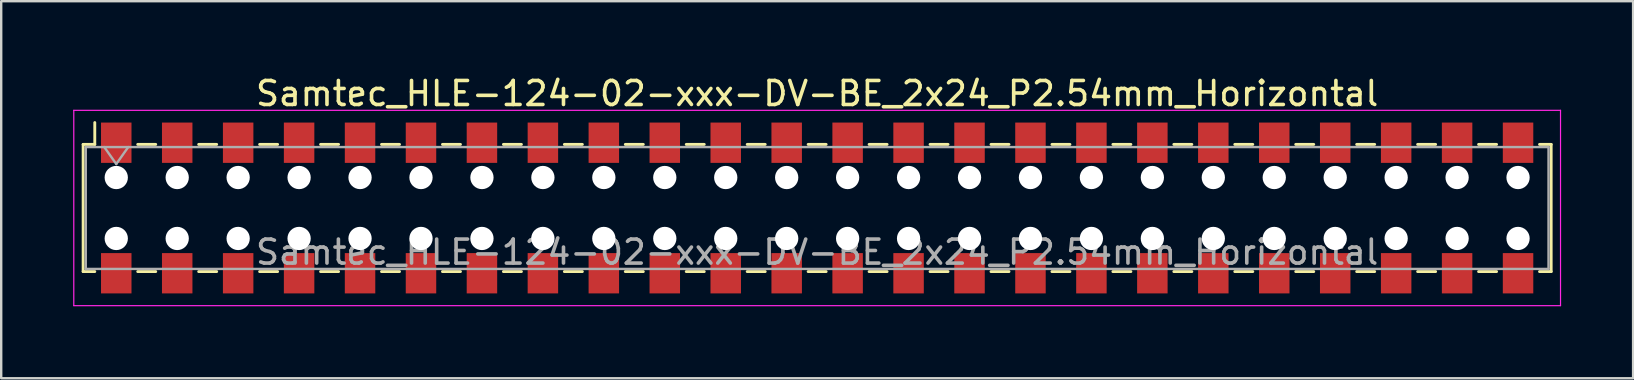
<source format=kicad_pcb>
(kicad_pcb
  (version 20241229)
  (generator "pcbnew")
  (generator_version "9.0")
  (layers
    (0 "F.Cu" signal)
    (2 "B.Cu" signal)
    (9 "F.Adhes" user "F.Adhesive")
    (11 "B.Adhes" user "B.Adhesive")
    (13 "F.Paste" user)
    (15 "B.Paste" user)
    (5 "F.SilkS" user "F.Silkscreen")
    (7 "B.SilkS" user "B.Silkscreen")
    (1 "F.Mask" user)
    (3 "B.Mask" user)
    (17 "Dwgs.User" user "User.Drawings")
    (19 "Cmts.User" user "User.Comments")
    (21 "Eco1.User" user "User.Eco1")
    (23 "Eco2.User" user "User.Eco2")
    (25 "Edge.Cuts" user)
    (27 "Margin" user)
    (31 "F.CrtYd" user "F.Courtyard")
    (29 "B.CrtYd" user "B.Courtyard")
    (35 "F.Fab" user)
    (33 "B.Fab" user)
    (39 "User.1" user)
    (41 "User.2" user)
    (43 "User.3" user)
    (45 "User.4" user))
  (footprint "Samtec_HLE-124-02-xxx-DV-BE_2x24_P2.54mm_Horizontal"
    (layer "F.Cu")
    (at 31.005 5.618)
    (property "Reference" "Samtec_HLE-124-02-xxx-DV-BE_2x24_P2.54mm_Horizontal" (at 0 -4.77 0) (layer "F.SilkS") (effects (font (size 1 1) (thickness 0.15))))
    (attr smd)
    (fp_line (start -30.59 -2.65) (end -30.59 2.65) (stroke (width 0.12) (type solid)) (layer "F.SilkS"))
    (fp_line (start -30.59 2.65) (end -30.105 2.65) (stroke (width 0.12) (type solid)) (layer "F.SilkS"))
    (fp_line (start -30.105 -3.56) (end -30.105 -2.65) (stroke (width 0.12) (type solid)) (layer "F.SilkS"))
    (fp_line (start -30.105 -2.65) (end -30.59 -2.65) (stroke (width 0.12) (type solid)) (layer "F.SilkS"))
    (fp_line (start -28.315 -2.65) (end -27.565 -2.65) (stroke (width 0.12) (type solid)) (layer "F.SilkS"))
    (fp_line (start -28.315 2.65) (end -27.565 2.65) (stroke (width 0.12) (type solid)) (layer "F.SilkS"))
    (fp_line (start -25.775 -2.65) (end -25.025 -2.65) (stroke (width 0.12) (type solid)) (layer "F.SilkS"))
    (fp_line (start -25.775 2.65) (end -25.025 2.65) (stroke (width 0.12) (type solid)) (layer "F.SilkS"))
    (fp_line (start -23.235 -2.65) (end -22.485 -2.65) (stroke (width 0.12) (type solid)) (layer "F.SilkS"))
    (fp_line (start -23.235 2.65) (end -22.485 2.65) (stroke (width 0.12) (type solid)) (layer "F.SilkS"))
    (fp_line (start -20.695 -2.65) (end -19.945 -2.65) (stroke (width 0.12) (type solid)) (layer "F.SilkS"))
    (fp_line (start -20.695 2.65) (end -19.945 2.65) (stroke (width 0.12) (type solid)) (layer "F.SilkS"))
    (fp_line (start -18.155 -2.65) (end -17.405 -2.65) (stroke (width 0.12) (type solid)) (layer "F.SilkS"))
    (fp_line (start -18.155 2.65) (end -17.405 2.65) (stroke (width 0.12) (type solid)) (layer "F.SilkS"))
    (fp_line (start -15.615 -2.65) (end -14.865 -2.65) (stroke (width 0.12) (type solid)) (layer "F.SilkS"))
    (fp_line (start -15.615 2.65) (end -14.865 2.65) (stroke (width 0.12) (type solid)) (layer "F.SilkS"))
    (fp_line (start -13.075 -2.65) (end -12.325 -2.65) (stroke (width 0.12) (type solid)) (layer "F.SilkS"))
    (fp_line (start -13.075 2.65) (end -12.325 2.65) (stroke (width 0.12) (type solid)) (layer "F.SilkS"))
    (fp_line (start -10.535 -2.65) (end -9.785 -2.65) (stroke (width 0.12) (type solid)) (layer "F.SilkS"))
    (fp_line (start -10.535 2.65) (end -9.785 2.65) (stroke (width 0.12) (type solid)) (layer "F.SilkS"))
    (fp_line (start -7.995 -2.65) (end -7.245 -2.65) (stroke (width 0.12) (type solid)) (layer "F.SilkS"))
    (fp_line (start -7.995 2.65) (end -7.245 2.65) (stroke (width 0.12) (type solid)) (layer "F.SilkS"))
    (fp_line (start -5.455 -2.65) (end -4.705 -2.65) (stroke (width 0.12) (type solid)) (layer "F.SilkS"))
    (fp_line (start -5.455 2.65) (end -4.705 2.65) (stroke (width 0.12) (type solid)) (layer "F.SilkS"))
    (fp_line (start -2.915 -2.65) (end -2.165 -2.65) (stroke (width 0.12) (type solid)) (layer "F.SilkS"))
    (fp_line (start -2.915 2.65) (end -2.165 2.65) (stroke (width 0.12) (type solid)) (layer "F.SilkS"))
    (fp_line (start -0.375 -2.65) (end 0.375 -2.65) (stroke (width 0.12) (type solid)) (layer "F.SilkS"))
    (fp_line (start -0.375 2.65) (end 0.375 2.65) (stroke (width 0.12) (type solid)) (layer "F.SilkS"))
    (fp_line (start 2.165 -2.65) (end 2.915 -2.65) (stroke (width 0.12) (type solid)) (layer "F.SilkS"))
    (fp_line (start 2.165 2.65) (end 2.915 2.65) (stroke (width 0.12) (type solid)) (layer "F.SilkS"))
    (fp_line (start 4.705 -2.65) (end 5.455 -2.65) (stroke (width 0.12) (type solid)) (layer "F.SilkS"))
    (fp_line (start 4.705 2.65) (end 5.455 2.65) (stroke (width 0.12) (type solid)) (layer "F.SilkS"))
    (fp_line (start 7.245 -2.65) (end 7.995 -2.65) (stroke (width 0.12) (type solid)) (layer "F.SilkS"))
    (fp_line (start 7.245 2.65) (end 7.995 2.65) (stroke (width 0.12) (type solid)) (layer "F.SilkS"))
    (fp_line (start 9.785 -2.65) (end 10.535 -2.65) (stroke (width 0.12) (type solid)) (layer "F.SilkS"))
    (fp_line (start 9.785 2.65) (end 10.535 2.65) (stroke (width 0.12) (type solid)) (layer "F.SilkS"))
    (fp_line (start 12.325 -2.65) (end 13.075 -2.65) (stroke (width 0.12) (type solid)) (layer "F.SilkS"))
    (fp_line (start 12.325 2.65) (end 13.075 2.65) (stroke (width 0.12) (type solid)) (layer "F.SilkS"))
    (fp_line (start 14.865 -2.65) (end 15.615 -2.65) (stroke (width 0.12) (type solid)) (layer "F.SilkS"))
    (fp_line (start 14.865 2.65) (end 15.615 2.65) (stroke (width 0.12) (type solid)) (layer "F.SilkS"))
    (fp_line (start 17.405 -2.65) (end 18.155 -2.65) (stroke (width 0.12) (type solid)) (layer "F.SilkS"))
    (fp_line (start 17.405 2.65) (end 18.155 2.65) (stroke (width 0.12) (type solid)) (layer "F.SilkS"))
    (fp_line (start 19.945 -2.65) (end 20.695 -2.65) (stroke (width 0.12) (type solid)) (layer "F.SilkS"))
    (fp_line (start 19.945 2.65) (end 20.695 2.65) (stroke (width 0.12) (type solid)) (layer "F.SilkS"))
    (fp_line (start 22.485 -2.65) (end 23.235 -2.65) (stroke (width 0.12) (type solid)) (layer "F.SilkS"))
    (fp_line (start 22.485 2.65) (end 23.235 2.65) (stroke (width 0.12) (type solid)) (layer "F.SilkS"))
    (fp_line (start 25.025 -2.65) (end 25.775 -2.65) (stroke (width 0.12) (type solid)) (layer "F.SilkS"))
    (fp_line (start 25.025 2.65) (end 25.775 2.65) (stroke (width 0.12) (type solid)) (layer "F.SilkS"))
    (fp_line (start 27.565 -2.65) (end 28.315 -2.65) (stroke (width 0.12) (type solid)) (layer "F.SilkS"))
    (fp_line (start 27.565 2.65) (end 28.315 2.65) (stroke (width 0.12) (type solid)) (layer "F.SilkS"))
    (fp_line (start 30.105 -2.65) (end 30.59 -2.65) (stroke (width 0.12) (type solid)) (layer "F.SilkS"))
    (fp_line (start 30.59 -2.65) (end 30.59 2.65) (stroke (width 0.12) (type solid)) (layer "F.SilkS"))
    (fp_line (start 30.59 2.65) (end 30.105 2.65) (stroke (width 0.12) (type solid)) (layer "F.SilkS"))
    (fp_line (start -30.98 -4.07) (end 30.98 -4.07) (stroke (width 0.05) (type solid)) (layer "F.CrtYd"))
    (fp_line (start -30.98 4.07) (end -30.98 -4.07) (stroke (width 0.05) (type solid)) (layer "F.CrtYd"))
    (fp_line (start 30.98 -4.07) (end 30.98 4.07) (stroke (width 0.05) (type solid)) (layer "F.CrtYd"))
    (fp_line (start 30.98 4.07) (end -30.98 4.07) (stroke (width 0.05) (type solid)) (layer "F.CrtYd"))
    (fp_line (start -30.48 -2.54) (end 30.48 -2.54) (stroke (width 0.1) (type solid)) (layer "F.Fab"))
    (fp_line (start -30.48 2.54) (end -30.48 -2.54) (stroke (width 0.1) (type solid)) (layer "F.Fab"))
    (fp_line (start -29.71 -2.54) (end -29.21 -1.833) (stroke (width 0.1) (type solid)) (layer "F.Fab"))
    (fp_line (start -29.21 -1.833) (end -28.71 -2.54) (stroke (width 0.1) (type solid)) (layer "F.Fab"))
    (fp_line (start 30.48 -2.54) (end 30.48 2.54) (stroke (width 0.1) (type solid)) (layer "F.Fab"))
    (fp_line (start 30.48 2.54) (end -30.48 2.54) (stroke (width 0.1) (type solid)) (layer "F.Fab"))
    (fp_text user "${REFERENCE}" (at 0 1.84 0) (layer "F.Fab") (effects (font (size 1 1) (thickness 0.15))))
    (pad "" np_thru_hole circle (at -29.21 -1.27) (size 0.97 0.97) (drill 0.97) (layers "*.Cu" "*.Mask"))
    (pad "" np_thru_hole circle (at -29.21 1.27) (size 0.97 0.97) (drill 0.97) (layers "*.Cu" "*.Mask"))
    (pad "" np_thru_hole circle (at -26.67 -1.27) (size 0.97 0.97) (drill 0.97) (layers "*.Cu" "*.Mask"))
    (pad "" np_thru_hole circle (at -26.67 1.27) (size 0.97 0.97) (drill 0.97) (layers "*.Cu" "*.Mask"))
    (pad "" np_thru_hole circle (at -24.13 -1.27) (size 0.97 0.97) (drill 0.97) (layers "*.Cu" "*.Mask"))
    (pad "" np_thru_hole circle (at -24.13 1.27) (size 0.97 0.97) (drill 0.97) (layers "*.Cu" "*.Mask"))
    (pad "" np_thru_hole circle (at -21.59 -1.27) (size 0.97 0.97) (drill 0.97) (layers "*.Cu" "*.Mask"))
    (pad "" np_thru_hole circle (at -21.59 1.27) (size 0.97 0.97) (drill 0.97) (layers "*.Cu" "*.Mask"))
    (pad "" np_thru_hole circle (at -19.05 -1.27) (size 0.97 0.97) (drill 0.97) (layers "*.Cu" "*.Mask"))
    (pad "" np_thru_hole circle (at -19.05 1.27) (size 0.97 0.97) (drill 0.97) (layers "*.Cu" "*.Mask"))
    (pad "" np_thru_hole circle (at -16.51 -1.27) (size 0.97 0.97) (drill 0.97) (layers "*.Cu" "*.Mask"))
    (pad "" np_thru_hole circle (at -16.51 1.27) (size 0.97 0.97) (drill 0.97) (layers "*.Cu" "*.Mask"))
    (pad "" np_thru_hole circle (at -13.97 -1.27) (size 0.97 0.97) (drill 0.97) (layers "*.Cu" "*.Mask"))
    (pad "" np_thru_hole circle (at -13.97 1.27) (size 0.97 0.97) (drill 0.97) (layers "*.Cu" "*.Mask"))
    (pad "" np_thru_hole circle (at -11.43 -1.27) (size 0.97 0.97) (drill 0.97) (layers "*.Cu" "*.Mask"))
    (pad "" np_thru_hole circle (at -11.43 1.27) (size 0.97 0.97) (drill 0.97) (layers "*.Cu" "*.Mask"))
    (pad "" np_thru_hole circle (at -8.89 -1.27) (size 0.97 0.97) (drill 0.97) (layers "*.Cu" "*.Mask"))
    (pad "" np_thru_hole circle (at -8.89 1.27) (size 0.97 0.97) (drill 0.97) (layers "*.Cu" "*.Mask"))
    (pad "" np_thru_hole circle (at -6.35 -1.27) (size 0.97 0.97) (drill 0.97) (layers "*.Cu" "*.Mask"))
    (pad "" np_thru_hole circle (at -6.35 1.27) (size 0.97 0.97) (drill 0.97) (layers "*.Cu" "*.Mask"))
    (pad "" np_thru_hole circle (at -3.81 -1.27) (size 0.97 0.97) (drill 0.97) (layers "*.Cu" "*.Mask"))
    (pad "" np_thru_hole circle (at -3.81 1.27) (size 0.97 0.97) (drill 0.97) (layers "*.Cu" "*.Mask"))
    (pad "" np_thru_hole circle (at -1.27 -1.27) (size 0.97 0.97) (drill 0.97) (layers "*.Cu" "*.Mask"))
    (pad "" np_thru_hole circle (at -1.27 1.27) (size 0.97 0.97) (drill 0.97) (layers "*.Cu" "*.Mask"))
    (pad "" np_thru_hole circle (at 1.27 -1.27) (size 0.97 0.97) (drill 0.97) (layers "*.Cu" "*.Mask"))
    (pad "" np_thru_hole circle (at 1.27 1.27) (size 0.97 0.97) (drill 0.97) (layers "*.Cu" "*.Mask"))
    (pad "" np_thru_hole circle (at 3.81 -1.27) (size 0.97 0.97) (drill 0.97) (layers "*.Cu" "*.Mask"))
    (pad "" np_thru_hole circle (at 3.81 1.27) (size 0.97 0.97) (drill 0.97) (layers "*.Cu" "*.Mask"))
    (pad "" np_thru_hole circle (at 6.35 -1.27) (size 0.97 0.97) (drill 0.97) (layers "*.Cu" "*.Mask"))
    (pad "" np_thru_hole circle (at 6.35 1.27) (size 0.97 0.97) (drill 0.97) (layers "*.Cu" "*.Mask"))
    (pad "" np_thru_hole circle (at 8.89 -1.27) (size 0.97 0.97) (drill 0.97) (layers "*.Cu" "*.Mask"))
    (pad "" np_thru_hole circle (at 8.89 1.27) (size 0.97 0.97) (drill 0.97) (layers "*.Cu" "*.Mask"))
    (pad "" np_thru_hole circle (at 11.43 -1.27) (size 0.97 0.97) (drill 0.97) (layers "*.Cu" "*.Mask"))
    (pad "" np_thru_hole circle (at 11.43 1.27) (size 0.97 0.97) (drill 0.97) (layers "*.Cu" "*.Mask"))
    (pad "" np_thru_hole circle (at 13.97 -1.27) (size 0.97 0.97) (drill 0.97) (layers "*.Cu" "*.Mask"))
    (pad "" np_thru_hole circle (at 13.97 1.27) (size 0.97 0.97) (drill 0.97) (layers "*.Cu" "*.Mask"))
    (pad "" np_thru_hole circle (at 16.51 -1.27) (size 0.97 0.97) (drill 0.97) (layers "*.Cu" "*.Mask"))
    (pad "" np_thru_hole circle (at 16.51 1.27) (size 0.97 0.97) (drill 0.97) (layers "*.Cu" "*.Mask"))
    (pad "" np_thru_hole circle (at 19.05 -1.27) (size 0.97 0.97) (drill 0.97) (layers "*.Cu" "*.Mask"))
    (pad "" np_thru_hole circle (at 19.05 1.27) (size 0.97 0.97) (drill 0.97) (layers "*.Cu" "*.Mask"))
    (pad "" np_thru_hole circle (at 21.59 -1.27) (size 0.97 0.97) (drill 0.97) (layers "*.Cu" "*.Mask"))
    (pad "" np_thru_hole circle (at 21.59 1.27) (size 0.97 0.97) (drill 0.97) (layers "*.Cu" "*.Mask"))
    (pad "" np_thru_hole circle (at 24.13 -1.27) (size 0.97 0.97) (drill 0.97) (layers "*.Cu" "*.Mask"))
    (pad "" np_thru_hole circle (at 24.13 1.27) (size 0.97 0.97) (drill 0.97) (layers "*.Cu" "*.Mask"))
    (pad "" np_thru_hole circle (at 26.67 -1.27) (size 0.97 0.97) (drill 0.97) (layers "*.Cu" "*.Mask"))
    (pad "" np_thru_hole circle (at 26.67 1.27) (size 0.97 0.97) (drill 0.97) (layers "*.Cu" "*.Mask"))
    (pad "" np_thru_hole circle (at 29.21 -1.27) (size 0.97 0.97) (drill 0.97) (layers "*.Cu" "*.Mask"))
    (pad "" np_thru_hole circle (at 29.21 1.27) (size 0.97 0.97) (drill 0.97) (layers "*.Cu" "*.Mask"))
    (pad "1" smd rect (at -29.21 -2.72) (size 1.27 1.68) (layers "F.Cu" "F.Mask" "F.Paste"))
    (pad "2" smd rect (at -29.21 2.72) (size 1.27 1.68) (layers "F.Cu" "F.Mask" "F.Paste"))
    (pad "3" smd rect (at -26.67 -2.72) (size 1.27 1.68) (layers "F.Cu" "F.Mask" "F.Paste"))
    (pad "4" smd rect (at -26.67 2.72) (size 1.27 1.68) (layers "F.Cu" "F.Mask" "F.Paste"))
    (pad "5" smd rect (at -24.13 -2.72) (size 1.27 1.68) (layers "F.Cu" "F.Mask" "F.Paste"))
    (pad "6" smd rect (at -24.13 2.72) (size 1.27 1.68) (layers "F.Cu" "F.Mask" "F.Paste"))
    (pad "7" smd rect (at -21.59 -2.72) (size 1.27 1.68) (layers "F.Cu" "F.Mask" "F.Paste"))
    (pad "8" smd rect (at -21.59 2.72) (size 1.27 1.68) (layers "F.Cu" "F.Mask" "F.Paste"))
    (pad "9" smd rect (at -19.05 -2.72) (size 1.27 1.68) (layers "F.Cu" "F.Mask" "F.Paste"))
    (pad "10" smd rect (at -19.05 2.72) (size 1.27 1.68) (layers "F.Cu" "F.Mask" "F.Paste"))
    (pad "11" smd rect (at -16.51 -2.72) (size 1.27 1.68) (layers "F.Cu" "F.Mask" "F.Paste"))
    (pad "12" smd rect (at -16.51 2.72) (size 1.27 1.68) (layers "F.Cu" "F.Mask" "F.Paste"))
    (pad "13" smd rect (at -13.97 -2.72) (size 1.27 1.68) (layers "F.Cu" "F.Mask" "F.Paste"))
    (pad "14" smd rect (at -13.97 2.72) (size 1.27 1.68) (layers "F.Cu" "F.Mask" "F.Paste"))
    (pad "15" smd rect (at -11.43 -2.72) (size 1.27 1.68) (layers "F.Cu" "F.Mask" "F.Paste"))
    (pad "16" smd rect (at -11.43 2.72) (size 1.27 1.68) (layers "F.Cu" "F.Mask" "F.Paste"))
    (pad "17" smd rect (at -8.89 -2.72) (size 1.27 1.68) (layers "F.Cu" "F.Mask" "F.Paste"))
    (pad "18" smd rect (at -8.89 2.72) (size 1.27 1.68) (layers "F.Cu" "F.Mask" "F.Paste"))
    (pad "19" smd rect (at -6.35 -2.72) (size 1.27 1.68) (layers "F.Cu" "F.Mask" "F.Paste"))
    (pad "20" smd rect (at -6.35 2.72) (size 1.27 1.68) (layers "F.Cu" "F.Mask" "F.Paste"))
    (pad "21" smd rect (at -3.81 -2.72) (size 1.27 1.68) (layers "F.Cu" "F.Mask" "F.Paste"))
    (pad "22" smd rect (at -3.81 2.72) (size 1.27 1.68) (layers "F.Cu" "F.Mask" "F.Paste"))
    (pad "23" smd rect (at -1.27 -2.72) (size 1.27 1.68) (layers "F.Cu" "F.Mask" "F.Paste"))
    (pad "24" smd rect (at -1.27 2.72) (size 1.27 1.68) (layers "F.Cu" "F.Mask" "F.Paste"))
    (pad "25" smd rect (at 1.27 -2.72) (size 1.27 1.68) (layers "F.Cu" "F.Mask" "F.Paste"))
    (pad "26" smd rect (at 1.27 2.72) (size 1.27 1.68) (layers "F.Cu" "F.Mask" "F.Paste"))
    (pad "27" smd rect (at 3.81 -2.72) (size 1.27 1.68) (layers "F.Cu" "F.Mask" "F.Paste"))
    (pad "28" smd rect (at 3.81 2.72) (size 1.27 1.68) (layers "F.Cu" "F.Mask" "F.Paste"))
    (pad "29" smd rect (at 6.35 -2.72) (size 1.27 1.68) (layers "F.Cu" "F.Mask" "F.Paste"))
    (pad "30" smd rect (at 6.35 2.72) (size 1.27 1.68) (layers "F.Cu" "F.Mask" "F.Paste"))
    (pad "31" smd rect (at 8.89 -2.72) (size 1.27 1.68) (layers "F.Cu" "F.Mask" "F.Paste"))
    (pad "32" smd rect (at 8.89 2.72) (size 1.27 1.68) (layers "F.Cu" "F.Mask" "F.Paste"))
    (pad "33" smd rect (at 11.43 -2.72) (size 1.27 1.68) (layers "F.Cu" "F.Mask" "F.Paste"))
    (pad "34" smd rect (at 11.43 2.72) (size 1.27 1.68) (layers "F.Cu" "F.Mask" "F.Paste"))
    (pad "35" smd rect (at 13.97 -2.72) (size 1.27 1.68) (layers "F.Cu" "F.Mask" "F.Paste"))
    (pad "36" smd rect (at 13.97 2.72) (size 1.27 1.68) (layers "F.Cu" "F.Mask" "F.Paste"))
    (pad "37" smd rect (at 16.51 -2.72) (size 1.27 1.68) (layers "F.Cu" "F.Mask" "F.Paste"))
    (pad "38" smd rect (at 16.51 2.72) (size 1.27 1.68) (layers "F.Cu" "F.Mask" "F.Paste"))
    (pad "39" smd rect (at 19.05 -2.72) (size 1.27 1.68) (layers "F.Cu" "F.Mask" "F.Paste"))
    (pad "40" smd rect (at 19.05 2.72) (size 1.27 1.68) (layers "F.Cu" "F.Mask" "F.Paste"))
    (pad "41" smd rect (at 21.59 -2.72) (size 1.27 1.68) (layers "F.Cu" "F.Mask" "F.Paste"))
    (pad "42" smd rect (at 21.59 2.72) (size 1.27 1.68) (layers "F.Cu" "F.Mask" "F.Paste"))
    (pad "43" smd rect (at 24.13 -2.72) (size 1.27 1.68) (layers "F.Cu" "F.Mask" "F.Paste"))
    (pad "44" smd rect (at 24.13 2.72) (size 1.27 1.68) (layers "F.Cu" "F.Mask" "F.Paste"))
    (pad "45" smd rect (at 26.67 -2.72) (size 1.27 1.68) (layers "F.Cu" "F.Mask" "F.Paste"))
    (pad "46" smd rect (at 26.67 2.72) (size 1.27 1.68) (layers "F.Cu" "F.Mask" "F.Paste"))
    (pad "47" smd rect (at 29.21 -2.72) (size 1.27 1.68) (layers "F.Cu" "F.Mask" "F.Paste"))
    (pad "48" smd rect (at 29.21 2.72) (size 1.27 1.68) (layers "F.Cu" "F.Mask" "F.Paste")))
  (gr_rect
    (start -3 -3)
    (end 65.01 12.713)
    (stroke (width 0.1) (type default))
    (fill no)
    (layer "Edge.Cuts")))
</source>
